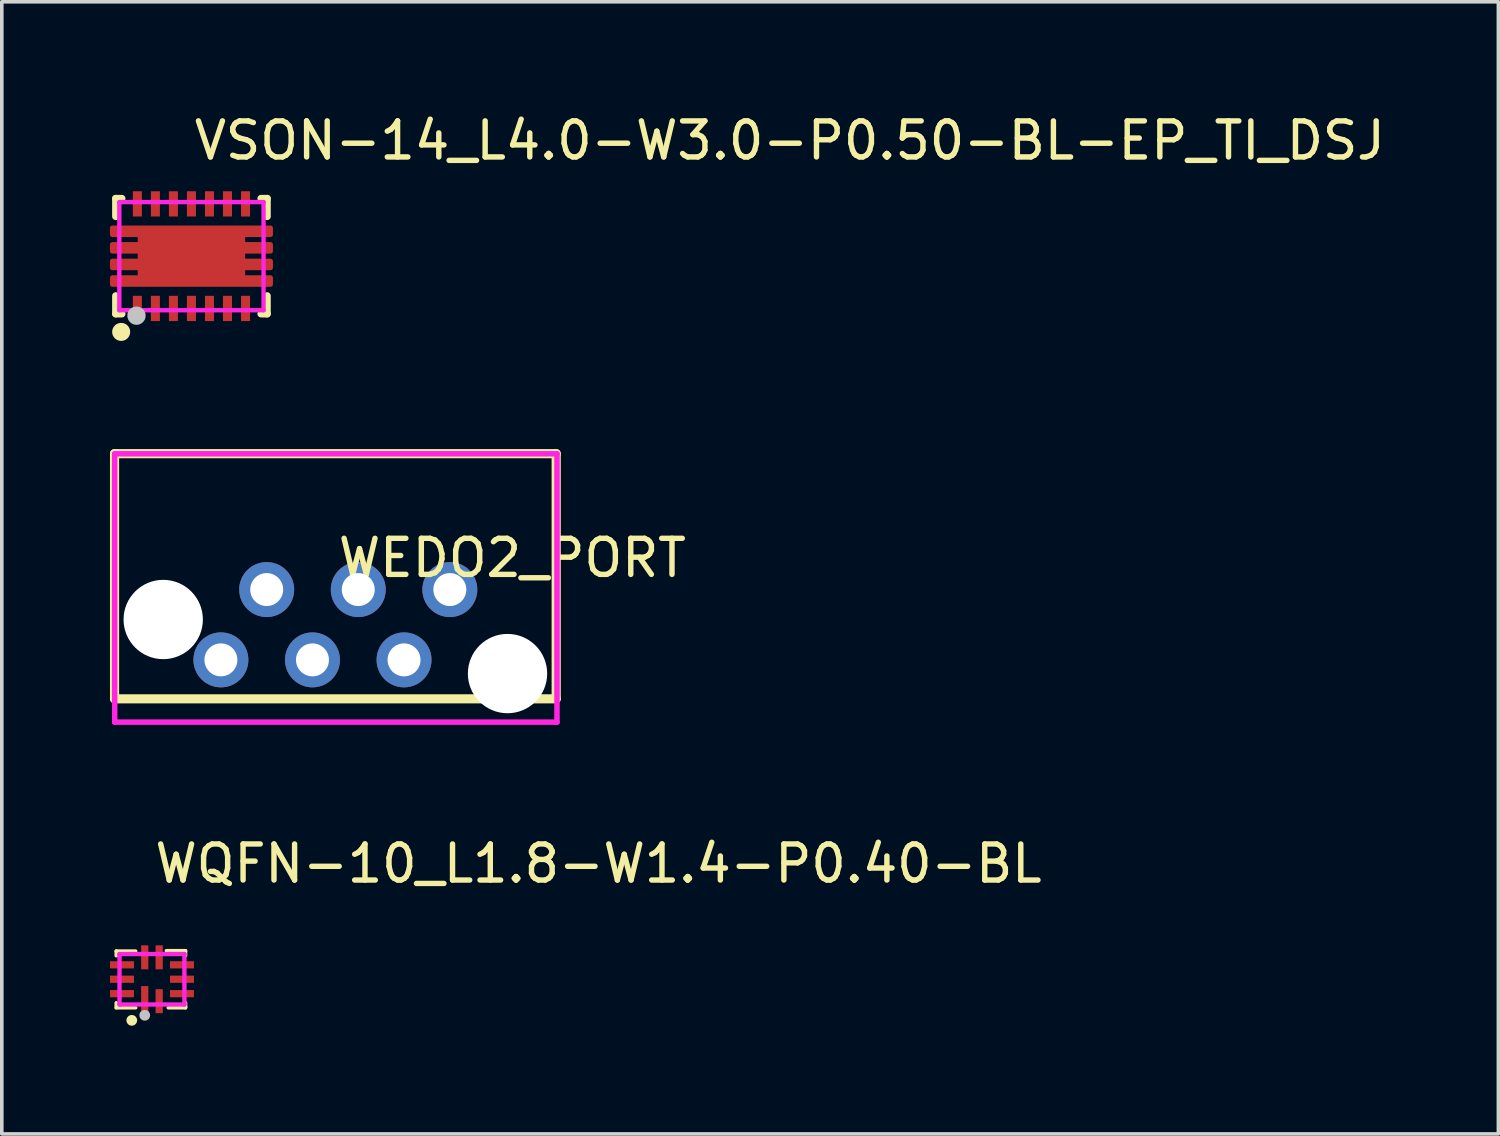
<source format=kicad_pcb>
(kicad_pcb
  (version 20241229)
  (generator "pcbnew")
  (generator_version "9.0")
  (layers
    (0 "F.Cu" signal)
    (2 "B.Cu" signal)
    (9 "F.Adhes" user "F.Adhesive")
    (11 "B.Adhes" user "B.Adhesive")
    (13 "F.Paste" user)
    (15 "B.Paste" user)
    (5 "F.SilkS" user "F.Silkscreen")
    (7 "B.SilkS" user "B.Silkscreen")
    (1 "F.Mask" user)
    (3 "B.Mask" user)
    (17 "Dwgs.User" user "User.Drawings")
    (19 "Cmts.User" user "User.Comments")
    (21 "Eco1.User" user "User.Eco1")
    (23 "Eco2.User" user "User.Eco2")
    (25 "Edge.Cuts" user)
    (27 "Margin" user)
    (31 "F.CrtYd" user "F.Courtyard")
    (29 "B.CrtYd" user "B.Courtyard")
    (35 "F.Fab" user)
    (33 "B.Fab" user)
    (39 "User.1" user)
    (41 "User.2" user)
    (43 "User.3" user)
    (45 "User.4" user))
  (footprint "WQFN-10_L1.8-W1.4-P0.40-BL"
    (layer "F.Cu")
    (at 1.165 24.111)
    (property "Reference" "WQFN-10_L1.8-W1.4-P0.40-BL" (at 0 -3.207 0) (layer "F.SilkS") (effects (font (size 1 1) (thickness 0.15)) (justify left)))
    (attr smd)
    (fp_line (start -0.99 -0.78) (end -0.454 -0.78) (stroke (width 0.1) (type solid)) (layer "F.SilkS"))
    (fp_line (start -0.99 -0.654) (end -0.99 -0.78) (stroke (width 0.1) (type solid)) (layer "F.SilkS"))
    (fp_line (start -0.99 0.79) (end -0.99 0.654) (stroke (width 0.1) (type solid)) (layer "F.SilkS"))
    (fp_line (start -0.454 0.79) (end -0.99 0.79) (stroke (width 0.1) (type solid)) (layer "F.SilkS"))
    (fp_line (start 0.4 -0.79) (end 0.93 -0.79) (stroke (width 0.1) (type solid)) (layer "F.SilkS"))
    (fp_line (start 0.93 -0.79) (end 0.93 -0.654) (stroke (width 0.1) (type solid)) (layer "F.SilkS"))
    (fp_line (start 0.93 0.654) (end 0.93 0.76) (stroke (width 0.1) (type solid)) (layer "F.SilkS"))
    (fp_line (start 0.93 0.76) (end 0.93 0.79) (stroke (width 0.1) (type solid)) (layer "F.SilkS"))
    (fp_line (start 0.93 0.79) (end 0.454 0.79) (stroke (width 0.1) (type solid)) (layer "F.SilkS"))
    (fp_circle (center -0.56 1.14) (end -0.485 1.14) (stroke (width 0.15) (type solid)) (fill no) (layer "F.SilkS"))
    (fp_circle (center -0.2 1) (end -0.125 1) (stroke (width 0.15) (type solid)) (fill no) (layer "Dwgs.User"))
    (fp_circle (center -0.9 0.7) (end -0.87 0.7) (stroke (width 0.06) (type solid)) (fill no) (layer "Eco2.User"))
    (fp_poly (pts (xy -0.5 -0.3) (xy -0.5 -0.5) (xy -0.9 -0.5) (xy -0.9 -0.3)) (stroke (width 0.12) (type solid)) (fill no) (layer "Eco2.User"))
    (fp_poly (pts (xy -0.5 0.1) (xy -0.5 -0.1) (xy -0.9 -0.1) (xy -0.9 0.1)) (stroke (width 0.12) (type solid)) (fill no) (layer "Eco2.User"))
    (fp_poly (pts (xy -0.5 0.5) (xy -0.5 0.3) (xy -0.9 0.3) (xy -0.9 0.5)) (stroke (width 0.12) (type solid)) (fill no) (layer "Eco2.User"))
    (fp_poly (pts (xy -0.3 -0.7) (xy -0.3 -0.3) (xy -0.1 -0.3) (xy -0.1 -0.7)) (stroke (width 0.12) (type solid)) (fill no) (layer "Eco2.User"))
    (fp_poly (pts (xy -0.3 0.2) (xy -0.1 0.2) (xy -0.1 0.7) (xy -0.3 0.7)) (stroke (width 0.12) (type solid)) (fill no) (layer "Eco2.User"))
    (fp_poly (pts (xy 0.1 -0.7) (xy 0.1 -0.3) (xy 0.3 -0.3) (xy 0.3 -0.7)) (stroke (width 0.12) (type solid)) (fill no) (layer "Eco2.User"))
    (fp_poly (pts (xy 0.1 0.7) (xy 0.1 0.3) (xy 0.3 0.3) (xy 0.3 0.7)) (stroke (width 0.12) (type solid)) (fill no) (layer "Eco2.User"))
    (fp_poly (pts (xy 0.5 -0.3) (xy 0.5 -0.5) (xy 0.9 -0.5) (xy 0.9 -0.3)) (stroke (width 0.12) (type solid)) (fill no) (layer "Eco2.User"))
    (fp_poly (pts (xy 0.5 0.1) (xy 0.5 -0.1) (xy 0.9 -0.1) (xy 0.9 0.1)) (stroke (width 0.12) (type solid)) (fill no) (layer "Eco2.User"))
    (fp_poly (pts (xy 0.5 0.5) (xy 0.5 0.3) (xy 0.9 0.3) (xy 0.9 0.5)) (stroke (width 0.12) (type solid)) (fill no) (layer "Eco2.User"))
    (fp_line (start -0.9 -0.7) (end 0.9 -0.7) (stroke (width 0.12) (type solid)) (layer "F.CrtYd"))
    (fp_line (start -0.9 0.7) (end -0.9 -0.7) (stroke (width 0.12) (type solid)) (layer "F.CrtYd"))
    (fp_line (start 0.9 -0.7) (end 0.9 0.7) (stroke (width 0.12) (type solid)) (layer "F.CrtYd"))
    (fp_line (start 0.9 0.7) (end -0.9 0.7) (stroke (width 0.12) (type solid)) (layer "F.CrtYd"))
    (pad "1" smd rect (at -0.2 0.565) (size 0.2 0.75) (layers "F.Cu" "F.Mask" "F.Paste"))
    (pad "2" smd rect (at 0.2 0.608) (size 0.2 0.665) (layers "F.Cu" "F.Mask" "F.Paste"))
    (pad "3" smd rect (at 0.832 0.4) (size 0.665 0.2) (layers "F.Cu" "F.Mask" "F.Paste"))
    (pad "4" smd rect (at 0.832 0) (size 0.665 0.2) (layers "F.Cu" "F.Mask" "F.Paste"))
    (pad "5" smd rect (at 0.832 -0.4) (size 0.665 0.2) (layers "F.Cu" "F.Mask" "F.Paste"))
    (pad "6" smd rect (at 0.2 -0.608) (size 0.2 0.665) (layers "F.Cu" "F.Mask" "F.Paste"))
    (pad "7" smd rect (at -0.2 -0.608) (size 0.2 0.665) (layers "F.Cu" "F.Mask" "F.Paste"))
    (pad "8" smd rect (at -0.832 -0.4) (size 0.665 0.2) (layers "F.Cu" "F.Mask" "F.Paste"))
    (pad "9" smd rect (at -0.832 0) (size 0.665 0.2) (layers "F.Cu" "F.Mask" "F.Paste"))
    (pad "10" smd rect (at -0.832 0.4) (size 0.665 0.2) (layers "F.Cu" "F.Mask" "F.Paste")))
  (footprint "VSON-14_L4.0-W3.0-P0.50-BL-EP_TI_DSJ"
    (layer "F.Cu")
    (at 2.26 4.055)
    (property "Reference" "VSON-14_L4.0-W3.0-P0.50-BL-EP_TI_DSJ" (at 0 -3.207 0) (layer "F.SilkS") (effects (font (size 1 1) (thickness 0.15)) (justify left)))
    (attr through_hole)
    (fp_line (start -2.1 -1.6) (end -1.93 -1.6) (stroke (width 0.2) (type solid)) (layer "F.SilkS"))
    (fp_line (start -2.1 -1.1) (end -2.1 -1.6) (stroke (width 0.2) (type solid)) (layer "F.SilkS"))
    (fp_line (start -2.1 1.6) (end -2.1 1.1) (stroke (width 0.2) (type solid)) (layer "F.SilkS"))
    (fp_line (start -1.93 1.6) (end -2.1 1.6) (stroke (width 0.2) (type solid)) (layer "F.SilkS"))
    (fp_line (start 2.1 -1.6) (end 1.93 -1.6) (stroke (width 0.2) (type solid)) (layer "F.SilkS"))
    (fp_line (start 2.1 -1.1) (end 2.1 -1.6) (stroke (width 0.2) (type solid)) (layer "F.SilkS"))
    (fp_line (start 2.1 1.1) (end 2.1 1.6) (stroke (width 0.2) (type solid)) (layer "F.SilkS"))
    (fp_line (start 2.1 1.6) (end 1.93 1.6) (stroke (width 0.2) (type solid)) (layer "F.SilkS"))
    (fp_arc (start -1.948 1.976) (mid -1.94873 2.226004) (end -1.95054 1.976005) (stroke (width 0.25) (type solid)) (layer "F.SilkS"))
    (fp_circle (center -1.524 1.651) (end -1.397 1.651) (stroke (width 0.254) (type solid)) (fill no) (layer "Dwgs.User"))
    (fp_circle (center -2 1.5) (end -1.97 1.5) (stroke (width 0.06) (type solid)) (fill no) (layer "Eco2.User"))
    (fp_poly (pts (xy -1.62 1.1) (xy -1.38 1.1) (xy -1.38 1.5) (xy -1.62 1.5)) (stroke (width 0.12) (type solid)) (fill no) (layer "Eco2.User"))
    (fp_poly (pts (xy -1.38 -1.1) (xy -1.62 -1.1) (xy -1.62 -1.5) (xy -1.38 -1.5)) (stroke (width 0.12) (type solid)) (fill no) (layer "Eco2.User"))
    (fp_poly (pts (xy -1.12 1.1) (xy -0.88 1.1) (xy -0.88 1.5) (xy -1.12 1.5)) (stroke (width 0.12) (type solid)) (fill no) (layer "Eco2.User"))
    (fp_poly (pts (xy -0.88 -1.1) (xy -1.12 -1.1) (xy -1.12 -1.5) (xy -0.88 -1.5)) (stroke (width 0.12) (type solid)) (fill no) (layer "Eco2.User"))
    (fp_poly (pts (xy -0.62 1.1) (xy -0.38 1.1) (xy -0.38 1.5) (xy -0.62 1.5)) (stroke (width 0.12) (type solid)) (fill no) (layer "Eco2.User"))
    (fp_poly (pts (xy -0.38 -1.1) (xy -0.62 -1.1) (xy -0.62 -1.5) (xy -0.38 -1.5)) (stroke (width 0.12) (type solid)) (fill no) (layer "Eco2.User"))
    (fp_poly (pts (xy -0.12 1.1) (xy 0.12 1.1) (xy 0.12 1.5) (xy -0.12 1.5)) (stroke (width 0.12) (type solid)) (fill no) (layer "Eco2.User"))
    (fp_poly (pts (xy 0.12 -1.1) (xy -0.12 -1.1) (xy -0.12 -1.5) (xy 0.12 -1.5)) (stroke (width 0.12) (type solid)) (fill no) (layer "Eco2.User"))
    (fp_poly (pts (xy 0.38 1.1) (xy 0.62 1.1) (xy 0.62 1.5) (xy 0.38 1.5)) (stroke (width 0.12) (type solid)) (fill no) (layer "Eco2.User"))
    (fp_poly (pts (xy 0.62 -1.1) (xy 0.38 -1.1) (xy 0.38 -1.5) (xy 0.62 -1.5)) (stroke (width 0.12) (type solid)) (fill no) (layer "Eco2.User"))
    (fp_poly (pts (xy 0.88 -1.5) (xy 1.12 -1.5) (xy 1.12 -1.1) (xy 0.88 -1.1)) (stroke (width 0.12) (type solid)) (fill no) (layer "Eco2.User"))
    (fp_poly (pts (xy 0.88 1.1) (xy 1.12 1.1) (xy 1.12 1.5) (xy 0.88 1.5)) (stroke (width 0.12) (type solid)) (fill no) (layer "Eco2.User"))
    (fp_poly (pts (xy 1.38 -1.5) (xy 1.62 -1.5) (xy 1.62 -1.1) (xy 1.38 -1.1)) (stroke (width 0.12) (type solid)) (fill no) (layer "Eco2.User"))
    (fp_poly (pts (xy 1.38 1.1) (xy 1.62 1.1) (xy 1.62 1.5) (xy 1.38 1.5)) (stroke (width 0.12) (type solid)) (fill no) (layer "Eco2.User"))
    (fp_poly (pts (xy -2 -0.79) (xy -2 -0.59) (xy -1.43 -0.59) (xy -1.43 -0.33) (xy -2 -0.33) (xy -2 -0.13) (xy -1.43 -0.13) (xy -1.43 0.13) (xy -2 0.13) (xy -2 0.33) (xy -1.43 0.33) (xy -1.43 0.59) (xy -2 0.59) (xy -2 0.79) (xy 2 0.79) (xy 2 0.59) (xy 1.43 0.59) (xy 1.43 0.33) (xy 2 0.33) (xy 2 0.13) (xy 1.43 0.13) (xy 1.43 -0.13) (xy 2 -0.13) (xy 2 -0.33) (xy 1.43 -0.33) (xy 1.43 -0.59) (xy 2 -0.59) (xy 2 -0.79) (xy -2 -0.79)) (stroke (width 0.12) (type solid)) (fill no) (layer "Eco2.User"))
    (fp_line (start -2 -1.5) (end 2 -1.5) (stroke (width 0.12) (type solid)) (layer "F.CrtYd"))
    (fp_line (start -2 1.5) (end -2 -1.5) (stroke (width 0.12) (type solid)) (layer "F.CrtYd"))
    (fp_line (start 2 -1.5) (end 2 1.5) (stroke (width 0.12) (type solid)) (layer "F.CrtYd"))
    (fp_line (start 2 1.5) (end -2 1.5) (stroke (width 0.12) (type solid)) (layer "F.CrtYd"))
    (pad "1" smd rect (at -1.5 1.45) (size 0.25 0.7) (layers "F.Cu" "F.Mask" "F.Paste"))
    (pad "2" smd rect (at -1 1.45) (size 0.25 0.7) (layers "F.Cu" "F.Mask" "F.Paste"))
    (pad "3" smd rect (at -0.5 1.45) (size 0.25 0.7) (layers "F.Cu" "F.Mask" "F.Paste"))
    (pad "4" smd rect (at 0 1.45) (size 0.25 0.7) (layers "F.Cu" "F.Mask" "F.Paste"))
    (pad "5" smd rect (at 0.5 1.45) (size 0.25 0.7) (layers "F.Cu" "F.Mask" "F.Paste"))
    (pad "6" smd rect (at 1 1.45) (size 0.25 0.7) (layers "F.Cu" "F.Mask" "F.Paste"))
    (pad "7" smd rect (at 1.5 1.45) (size 0.25 0.7) (layers "F.Cu" "F.Mask" "F.Paste"))
    (pad "8" smd rect (at 1.5 -1.45) (size 0.25 0.7) (layers "F.Cu" "F.Mask" "F.Paste"))
    (pad "9" smd rect (at 1 -1.45) (size 0.25 0.7) (layers "F.Cu" "F.Mask" "F.Paste"))
    (pad "10" smd rect (at 0.5 -1.45 180) (size 0.25 0.7) (layers "F.Cu" "F.Mask" "F.Paste"))
    (pad "11" smd rect (at 0 -1.45 180) (size 0.25 0.7) (layers "F.Cu" "F.Mask" "F.Paste"))
    (pad "12" smd rect (at -0.5 -1.45 180) (size 0.25 0.7) (layers "F.Cu" "F.Mask" "F.Paste"))
    (pad "13" smd rect (at -1 -1.45 180) (size 0.25 0.7) (layers "F.Cu" "F.Mask" "F.Paste"))
    (pad "14" smd rect (at -1.5 -1.45 180) (size 0.25 0.7) (layers "F.Cu" "F.Mask" "F.Paste"))
    (pad "15" smd custom (at 0 0) (size 0.102 0.102) (layers "F.Cu" "F.Mask" "F.Paste") (options (anchor circle)) (primitives (gr_poly (pts (xy -2.2 -0.79) (xy -2.2 -0.59) (xy -1.43 -0.59) (xy -1.43 -0.33) (xy -2.2 -0.33) (xy -2.2 -0.13) (xy -1.43 -0.13) (xy -1.43 0.13) (xy -2.2 0.13) (xy -2.2 0.33) (xy -1.43 0.33) (xy -1.43 0.59) (xy -2.2 0.59) (xy -2.2 0.79) (xy 2.2 0.79) (xy 2.2 0.59) (xy 1.43 0.59) (xy 1.43 0.33) (xy 2.2 0.33) (xy 2.2 0.13) (xy 1.43 0.13) (xy 1.43 -0.13) (xy 2.2 -0.13) (xy 2.2 -0.33) (xy 1.43 -0.33) (xy 1.43 -0.59) (xy 2.2 -0.59) (xy 2.2 -0.79) (xy -2.2 -0.79)) (width 0.12) (fill yes)))))
  (footprint "WEDO2_PORT"
    (layer "F.Cu")
    (at 6.252 15.633)
    (property "Reference" "WEDO2_PORT" (at 0 -3.207 0) (layer "F.SilkS") (effects (font (size 1 1) (thickness 0.15)) (justify left)))
    (attr through_hole)
    (fp_line (start -6.125 -6.1) (end 6.125 -6.1) (stroke (width 0.254) (type solid)) (layer "F.SilkS"))
    (fp_line (start -6.125 0.7) (end -6.125 -6.1) (stroke (width 0.254) (type solid)) (layer "F.SilkS"))
    (fp_line (start 6.125 -6.1) (end 6.125 0.7) (stroke (width 0.254) (type solid)) (layer "F.SilkS"))
    (fp_line (start 6.125 0.7) (end -6.125 0.7) (stroke (width 0.254) (type solid)) (layer "F.SilkS"))
    (fp_line (start -6.121 -6.096) (end 6.147 -6.096) (stroke (width 0.152) (type solid)) (layer "F.CrtYd"))
    (fp_line (start -6.121 1.346) (end -6.121 -6.096) (stroke (width 0.152) (type solid)) (layer "F.CrtYd"))
    (fp_line (start 6.147 -6.096) (end 6.147 1.346) (stroke (width 0.152) (type solid)) (layer "F.CrtYd"))
    (fp_line (start 6.147 1.346) (end -6.121 1.346) (stroke (width 0.152) (type solid)) (layer "F.CrtYd"))
    (pad "" np_thru_hole circle (at -4.775 -1.5) (size 2.2 2.2) (drill 2.2) (layers "*.Cu" "*.Mask"))
    (pad "" np_thru_hole circle (at 4.775 0) (size 2.2 2.2) (drill 2.2) (layers "*.Cu" "*.Mask"))
    (pad "1" thru_hole circle (at -3.175 -0.38) (size 1.524 1.524) (drill 0.914) (layers "*.Cu" "*.Mask"))
    (pad "2" thru_hole circle (at -1.905 -2.33) (size 1.524 1.524) (drill 0.914) (layers "*.Cu" "*.Mask"))
    (pad "3" thru_hole circle (at -0.635 -0.38) (size 1.524 1.524) (drill 0.914) (layers "*.Cu" "*.Mask"))
    (pad "4" thru_hole circle (at 0.635 -2.33) (size 1.524 1.524) (drill 0.914) (layers "*.Cu" "*.Mask"))
    (pad "5" thru_hole circle (at 1.905 -0.38) (size 1.524 1.524) (drill 0.914) (layers "*.Cu" "*.Mask"))
    (pad "6" thru_hole circle (at 3.175 -2.33) (size 1.524 1.524) (drill 0.914) (layers "*.Cu" "*.Mask")))
  (gr_rect
    (start -3 -3)
    (end 38.51 28.401)
    (stroke (width 0.1) (type default))
    (fill no)
    (layer "Edge.Cuts")))
</source>
